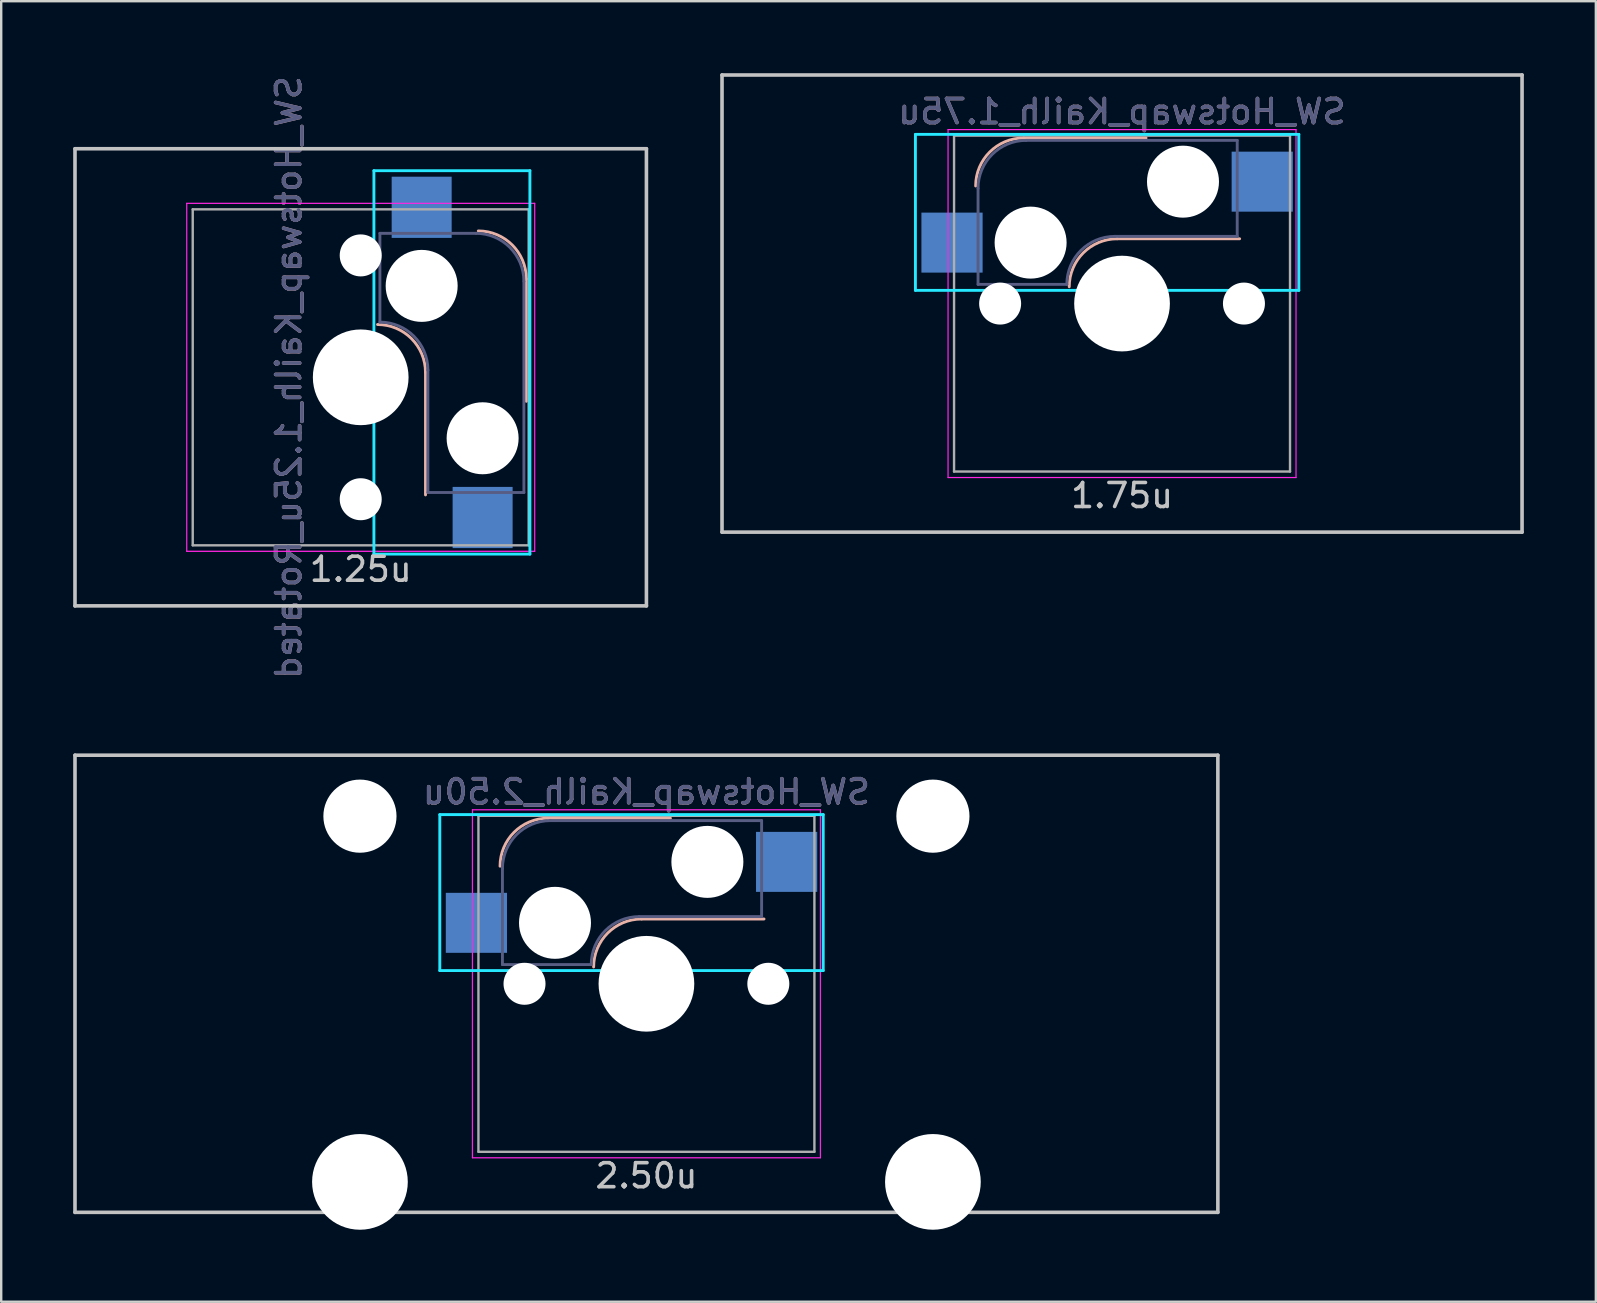
<source format=kicad_pcb>
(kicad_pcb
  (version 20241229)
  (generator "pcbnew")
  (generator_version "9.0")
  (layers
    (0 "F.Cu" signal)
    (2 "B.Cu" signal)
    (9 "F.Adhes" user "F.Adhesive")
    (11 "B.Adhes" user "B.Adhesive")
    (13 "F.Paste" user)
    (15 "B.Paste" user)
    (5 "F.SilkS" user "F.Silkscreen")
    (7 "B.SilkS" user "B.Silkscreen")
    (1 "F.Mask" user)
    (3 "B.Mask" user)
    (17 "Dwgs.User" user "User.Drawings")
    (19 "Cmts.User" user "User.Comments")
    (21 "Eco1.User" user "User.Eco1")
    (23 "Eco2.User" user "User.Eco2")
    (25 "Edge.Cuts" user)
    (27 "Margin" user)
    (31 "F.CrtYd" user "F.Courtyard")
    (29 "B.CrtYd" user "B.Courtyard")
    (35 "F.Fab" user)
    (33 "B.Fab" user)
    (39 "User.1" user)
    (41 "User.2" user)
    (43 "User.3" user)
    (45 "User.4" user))
  (footprint "SW_Hotswap_Kailh_1.75u"
    (layer "F.Cu")
    (at 43.706 9.6)
    (property "Reference" "SW_Hotswap_Kailh_1.75u" (at 0 -8 0) (layer "B.SilkS") (effects (font (size 1 1) (thickness 0.15)) (justify mirror)))
    (attr smd)
    (fp_line (start 1 -6.9) (end -4.1 -6.9) (stroke (width 0.12) (type solid)) (layer "B.SilkS"))
    (fp_line (start 4.9 -2.7) (end -0.2 -2.7) (stroke (width 0.12) (type solid)) (layer "B.SilkS"))
    (fp_arc (start -6.1 -4.9) (mid -5.514214 -6.314214) (end -4.1 -6.9) (stroke (width 0.12) (type solid)) (layer "B.SilkS"))
    (fp_arc (start -2.2 -0.7) (mid -1.614214 -2.114214) (end -0.2 -2.7) (stroke (width 0.12) (type solid)) (layer "B.SilkS"))
    (fp_line (start -16.669 -9.525) (end 16.669 -9.525) (stroke (width 0.15) (type solid)) (layer "Dwgs.User"))
    (fp_line (start -16.669 9.525) (end -16.669 -9.525) (stroke (width 0.15) (type solid)) (layer "Dwgs.User"))
    (fp_line (start 16.669 -9.525) (end 16.669 9.525) (stroke (width 0.15) (type solid)) (layer "Dwgs.User"))
    (fp_line (start 16.669 9.525) (end -16.669 9.525) (stroke (width 0.15) (type solid)) (layer "Dwgs.User"))
    (fp_line (start -8.61 -7.05) (end 7.367 -7.05) (stroke (width 0.12) (type solid)) (layer "B.CrtYd"))
    (fp_line (start -8.61 -0.55) (end -8.61 -7.05) (stroke (width 0.12) (type solid)) (layer "B.CrtYd"))
    (fp_line (start -8.61 -0.55) (end 7.367 -0.55) (stroke (width 0.12) (type solid)) (layer "B.CrtYd"))
    (fp_line (start 7.367 -7.05) (end 7.367 -0.55) (stroke (width 0.12) (type solid)) (layer "B.CrtYd"))
    (fp_line (start -7.25 -7.25) (end 7.25 -7.25) (stroke (width 0.05) (type solid)) (layer "F.CrtYd"))
    (fp_line (start -7.25 7.25) (end -7.25 -7.25) (stroke (width 0.05) (type solid)) (layer "F.CrtYd"))
    (fp_line (start 7.25 -7.25) (end 7.25 7.25) (stroke (width 0.05) (type solid)) (layer "F.CrtYd"))
    (fp_line (start 7.25 7.25) (end -7.25 7.25) (stroke (width 0.05) (type solid)) (layer "F.CrtYd"))
    (fp_line (start -6 -0.8) (end -6 -4.8) (stroke (width 0.12) (type solid)) (layer "B.Fab"))
    (fp_line (start -6 -0.8) (end -2.3 -0.8) (stroke (width 0.12) (type solid)) (layer "B.Fab"))
    (fp_line (start -4 -6.8) (end 4.8 -6.8) (stroke (width 0.12) (type solid)) (layer "B.Fab"))
    (fp_line (start -0.3 -2.8) (end 4.8 -2.8) (stroke (width 0.12) (type solid)) (layer "B.Fab"))
    (fp_line (start 4.8 -6.8) (end 4.8 -2.8) (stroke (width 0.12) (type solid)) (layer "B.Fab"))
    (fp_arc (start -6 -4.8) (mid -5.414214 -6.214214) (end -4 -6.8) (stroke (width 0.12) (type solid)) (layer "B.Fab"))
    (fp_arc (start -2.3 -0.8) (mid -1.714214 -2.214214) (end -0.3 -2.8) (stroke (width 0.12) (type solid)) (layer "B.Fab"))
    (fp_line (start -7 -7) (end 7 -7) (stroke (width 0.1) (type solid)) (layer "F.Fab"))
    (fp_line (start -7 7) (end -7 -7) (stroke (width 0.1) (type solid)) (layer "F.Fab"))
    (fp_line (start 7 -7) (end 7 7) (stroke (width 0.1) (type solid)) (layer "F.Fab"))
    (fp_line (start 7 7) (end -7 7) (stroke (width 0.1) (type solid)) (layer "F.Fab"))
    (fp_text user "1.75u" (at 0 8 0) (layer "Dwgs.User") (effects (font (size 1 1) (thickness 0.15))))
    (fp_text user "${REFERENCE}" (at 0 -8 0) (layer "B.Fab") (effects (font (size 1 1) (thickness 0.15)) (justify mirror)))
    (pad "" np_thru_hole circle (at -5.08 0 48.1) (size 1.75 1.75) (drill 1.75) (layers "*.Cu" "*.Mask"))
    (pad "" np_thru_hole circle (at -3.81 -2.54) (size 3 3) (drill 3) (layers "*.Cu" "*.Mask"))
    (pad "" np_thru_hole circle (at 0 0) (size 3.988 3.988) (drill 3.988) (layers "*.Cu" "*.Mask"))
    (pad "" np_thru_hole circle (at 2.54 -5.08) (size 3 3) (drill 3) (layers "*.Cu" "*.Mask"))
    (pad "" np_thru_hole circle (at 5.08 0 48.1) (size 1.75 1.75) (drill 1.75) (layers "*.Cu" "*.Mask"))
    (pad "1" smd rect (at -7.085 -2.54) (size 2.55 2.5) (layers "B.Cu" "B.Mask" "B.Paste"))
    (pad "2" smd rect (at 5.842 -5.08) (size 2.55 2.5) (layers "B.Cu" "B.Mask" "B.Paste")))
  (footprint "SW_Hotswap_Kailh_2.50u"
    (layer "F.Cu")
    (at 23.887 37.945)
    (property "Reference" "SW_Hotswap_Kailh_2.50u" (at 0 -8 0) (layer "B.SilkS") (effects (font (size 1 1) (thickness 0.15)) (justify mirror)))
    (attr smd)
    (fp_line (start 1 -6.9) (end -4.1 -6.9) (stroke (width 0.12) (type solid)) (layer "B.SilkS"))
    (fp_line (start 4.9 -2.7) (end -0.2 -2.7) (stroke (width 0.12) (type solid)) (layer "B.SilkS"))
    (fp_arc (start -6.1 -4.9) (mid -5.514214 -6.314214) (end -4.1 -6.9) (stroke (width 0.12) (type solid)) (layer "B.SilkS"))
    (fp_arc (start -2.2 -0.7) (mid -1.614214 -2.114214) (end -0.2 -2.7) (stroke (width 0.12) (type solid)) (layer "B.SilkS"))
    (fp_line (start -23.812 -9.525) (end 23.812 -9.525) (stroke (width 0.15) (type solid)) (layer "Dwgs.User"))
    (fp_line (start -23.812 9.525) (end -23.812 -9.525) (stroke (width 0.15) (type solid)) (layer "Dwgs.User"))
    (fp_line (start -23.812 9.525) (end 23.812 9.525) (stroke (width 0.15) (type solid)) (layer "Dwgs.User"))
    (fp_line (start 23.812 -9.525) (end 23.812 9.525) (stroke (width 0.15) (type solid)) (layer "Dwgs.User"))
    (fp_line (start -8.61 -7.05) (end 7.367 -7.05) (stroke (width 0.12) (type solid)) (layer "B.CrtYd"))
    (fp_line (start -8.61 -0.55) (end -8.61 -7.05) (stroke (width 0.12) (type solid)) (layer "B.CrtYd"))
    (fp_line (start -8.61 -0.55) (end 7.367 -0.55) (stroke (width 0.12) (type solid)) (layer "B.CrtYd"))
    (fp_line (start 7.367 -7.05) (end 7.367 -0.55) (stroke (width 0.12) (type solid)) (layer "B.CrtYd"))
    (fp_line (start -7.25 -7.25) (end 7.25 -7.25) (stroke (width 0.05) (type solid)) (layer "F.CrtYd"))
    (fp_line (start -7.25 7.25) (end -7.25 -7.25) (stroke (width 0.05) (type solid)) (layer "F.CrtYd"))
    (fp_line (start 7.25 -7.25) (end 7.25 7.25) (stroke (width 0.05) (type solid)) (layer "F.CrtYd"))
    (fp_line (start 7.25 7.25) (end -7.25 7.25) (stroke (width 0.05) (type solid)) (layer "F.CrtYd"))
    (fp_line (start -6 -0.8) (end -6 -4.8) (stroke (width 0.12) (type solid)) (layer "B.Fab"))
    (fp_line (start -6 -0.8) (end -2.3 -0.8) (stroke (width 0.12) (type solid)) (layer "B.Fab"))
    (fp_line (start -4 -6.8) (end 4.8 -6.8) (stroke (width 0.12) (type solid)) (layer "B.Fab"))
    (fp_line (start -0.3 -2.8) (end 4.8 -2.8) (stroke (width 0.12) (type solid)) (layer "B.Fab"))
    (fp_line (start 4.8 -6.8) (end 4.8 -2.8) (stroke (width 0.12) (type solid)) (layer "B.Fab"))
    (fp_arc (start -6 -4.8) (mid -5.414214 -6.214214) (end -4 -6.8) (stroke (width 0.12) (type solid)) (layer "B.Fab"))
    (fp_arc (start -2.3 -0.8) (mid -1.714214 -2.214214) (end -0.3 -2.8) (stroke (width 0.12) (type solid)) (layer "B.Fab"))
    (fp_line (start -7 -7) (end 7 -7) (stroke (width 0.1) (type solid)) (layer "F.Fab"))
    (fp_line (start -7 7) (end -7 -7) (stroke (width 0.1) (type solid)) (layer "F.Fab"))
    (fp_line (start 7 -7) (end 7 7) (stroke (width 0.1) (type solid)) (layer "F.Fab"))
    (fp_line (start 7 7) (end -7 7) (stroke (width 0.1) (type solid)) (layer "F.Fab"))
    (fp_text user "2.50u" (at 0 8 0) (layer "Dwgs.User") (effects (font (size 1 1) (thickness 0.15))))
    (fp_text user "${REFERENCE}" (at 0 -8 0) (layer "B.Fab") (effects (font (size 1 1) (thickness 0.15)) (justify mirror)))
    (pad "" np_thru_hole circle (at -11.938 -6.985) (size 3.048 3.048) (drill 3.048) (layers "*.Cu" "*.Mask"))
    (pad "" np_thru_hole circle (at -11.938 8.255) (size 3.988 3.988) (drill 3.988) (layers "*.Cu" "*.Mask"))
    (pad "" np_thru_hole circle (at -5.08 0 48.1) (size 1.75 1.75) (drill 1.75) (layers "*.Cu" "*.Mask"))
    (pad "" np_thru_hole circle (at -3.81 -2.54) (size 3 3) (drill 3) (layers "*.Cu" "*.Mask"))
    (pad "" np_thru_hole circle (at 0 0) (size 3.988 3.988) (drill 3.988) (layers "*.Cu" "*.Mask"))
    (pad "" np_thru_hole circle (at 2.54 -5.08) (size 3 3) (drill 3) (layers "*.Cu" "*.Mask"))
    (pad "" np_thru_hole circle (at 5.08 0 48.1) (size 1.75 1.75) (drill 1.75) (layers "*.Cu" "*.Mask"))
    (pad "" np_thru_hole circle (at 11.938 -6.985) (size 3.048 3.048) (drill 3.048) (layers "*.Cu" "*.Mask"))
    (pad "" np_thru_hole circle (at 11.938 8.255) (size 3.988 3.988) (drill 3.988) (layers "*.Cu" "*.Mask"))
    (pad "1" smd rect (at -7.085 -2.54) (size 2.55 2.5) (layers "B.Cu" "B.Mask" "B.Paste"))
    (pad "2" smd rect (at 5.842 -5.08) (size 2.55 2.5) (layers "B.Cu" "B.Mask" "B.Paste")))
  (footprint "SW_Hotswap_Kailh_1.25u_Rotated"
    (layer "F.Cu")
    (at 11.981 12.673)
    (property "Reference" "SW_Hotswap_Kailh_1.25u_Rotated" (at -3 0 90) (layer "B.SilkS") (effects (font (size 1 1) (thickness 0.15)) (justify mirror)))
    (attr smd)
    (fp_line (start 2.7 4.9) (end 2.7 -0.2) (stroke (width 0.12) (type solid)) (layer "B.SilkS"))
    (fp_line (start 6.9 1) (end 6.9 -4.1) (stroke (width 0.12) (type solid)) (layer "B.SilkS"))
    (fp_arc (start 0.7 -2.2) (mid 2.114214 -1.614214) (end 2.7 -0.2) (stroke (width 0.12) (type solid)) (layer "B.SilkS"))
    (fp_arc (start 4.9 -6.1) (mid 6.314214 -5.514214) (end 6.9 -4.1) (stroke (width 0.12) (type solid)) (layer "B.SilkS"))
    (fp_line (start -11.906 -9.525) (end 11.906 -9.525) (stroke (width 0.15) (type solid)) (layer "Dwgs.User"))
    (fp_line (start -11.906 9.525) (end -11.906 -9.525) (stroke (width 0.15) (type solid)) (layer "Dwgs.User"))
    (fp_line (start 11.906 -9.525) (end 11.906 9.525) (stroke (width 0.15) (type solid)) (layer "Dwgs.User"))
    (fp_line (start 11.906 9.525) (end -11.906 9.525) (stroke (width 0.15) (type solid)) (layer "Dwgs.User"))
    (fp_line (start 0.55 -8.61) (end 0.55 7.367) (stroke (width 0.12) (type solid)) (layer "B.CrtYd"))
    (fp_line (start 0.55 -8.61) (end 7.05 -8.61) (stroke (width 0.12) (type solid)) (layer "B.CrtYd"))
    (fp_line (start 7.05 -8.61) (end 7.05 7.367) (stroke (width 0.12) (type solid)) (layer "B.CrtYd"))
    (fp_line (start 7.05 7.367) (end 0.55 7.367) (stroke (width 0.12) (type solid)) (layer "B.CrtYd"))
    (fp_line (start -7.25 -7.25) (end 7.25 -7.25) (stroke (width 0.05) (type solid)) (layer "F.CrtYd"))
    (fp_line (start -7.25 7.25) (end -7.25 -7.25) (stroke (width 0.05) (type solid)) (layer "F.CrtYd"))
    (fp_line (start 7.25 -7.25) (end 7.25 7.25) (stroke (width 0.05) (type solid)) (layer "F.CrtYd"))
    (fp_line (start 7.25 7.25) (end -7.25 7.25) (stroke (width 0.05) (type solid)) (layer "F.CrtYd"))
    (fp_line (start 0.8 -6) (end 0.8 -2.3) (stroke (width 0.12) (type solid)) (layer "B.Fab"))
    (fp_line (start 0.8 -6) (end 4.8 -6) (stroke (width 0.12) (type solid)) (layer "B.Fab"))
    (fp_line (start 2.8 -0.3) (end 2.8 4.8) (stroke (width 0.12) (type solid)) (layer "B.Fab"))
    (fp_line (start 6.8 -4) (end 6.8 4.8) (stroke (width 0.12) (type solid)) (layer "B.Fab"))
    (fp_line (start 6.8 4.8) (end 2.8 4.8) (stroke (width 0.12) (type solid)) (layer "B.Fab"))
    (fp_arc (start 0.8 -2.3) (mid 2.214214 -1.714214) (end 2.8 -0.3) (stroke (width 0.12) (type solid)) (layer "B.Fab"))
    (fp_arc (start 4.8 -6) (mid 6.214214 -5.414214) (end 6.8 -4) (stroke (width 0.12) (type solid)) (layer "B.Fab"))
    (fp_line (start -7 -7) (end 7 -7) (stroke (width 0.1) (type solid)) (layer "F.Fab"))
    (fp_line (start -7 7) (end -7 -7) (stroke (width 0.1) (type solid)) (layer "F.Fab"))
    (fp_line (start 7 -7) (end 7 7) (stroke (width 0.1) (type solid)) (layer "F.Fab"))
    (fp_line (start 7 7) (end -7 7) (stroke (width 0.1) (type solid)) (layer "F.Fab"))
    (fp_text user "1.25u" (at 0 8 0) (layer "Dwgs.User") (effects (font (size 1 1) (thickness 0.15))))
    (fp_text user "${REFERENCE}" (at -3 0 90) (layer "B.Fab") (effects (font (size 1 1) (thickness 0.15)) (justify mirror)))
    (pad "" np_thru_hole circle (at 0 -5.08 318.1) (size 1.75 1.75) (drill 1.75) (layers "*.Cu" "*.Mask"))
    (pad "" np_thru_hole circle (at 0 0 270) (size 3.988 3.988) (drill 3.988) (layers "*.Cu" "*.Mask"))
    (pad "" np_thru_hole circle (at 0 5.08 318.1) (size 1.75 1.75) (drill 1.75) (layers "*.Cu" "*.Mask"))
    (pad "" np_thru_hole circle (at 2.54 -3.81 270) (size 3 3) (drill 3) (layers "*.Cu" "*.Mask"))
    (pad "" np_thru_hole circle (at 5.08 2.54 270) (size 3 3) (drill 3) (layers "*.Cu" "*.Mask"))
    (pad "1" smd rect (at 2.54 -7.085 270) (size 2.55 2.5) (layers "B.Cu" "B.Mask" "B.Paste"))
    (pad "2" smd rect (at 5.08 5.842 270) (size 2.55 2.5) (layers "B.Cu" "B.Mask" "B.Paste")))
  (gr_rect
    (start -3 -3)
    (end 63.45 51.194)
    (stroke (width 0.1) (type default))
    (fill no)
    (layer "Edge.Cuts")))
</source>
